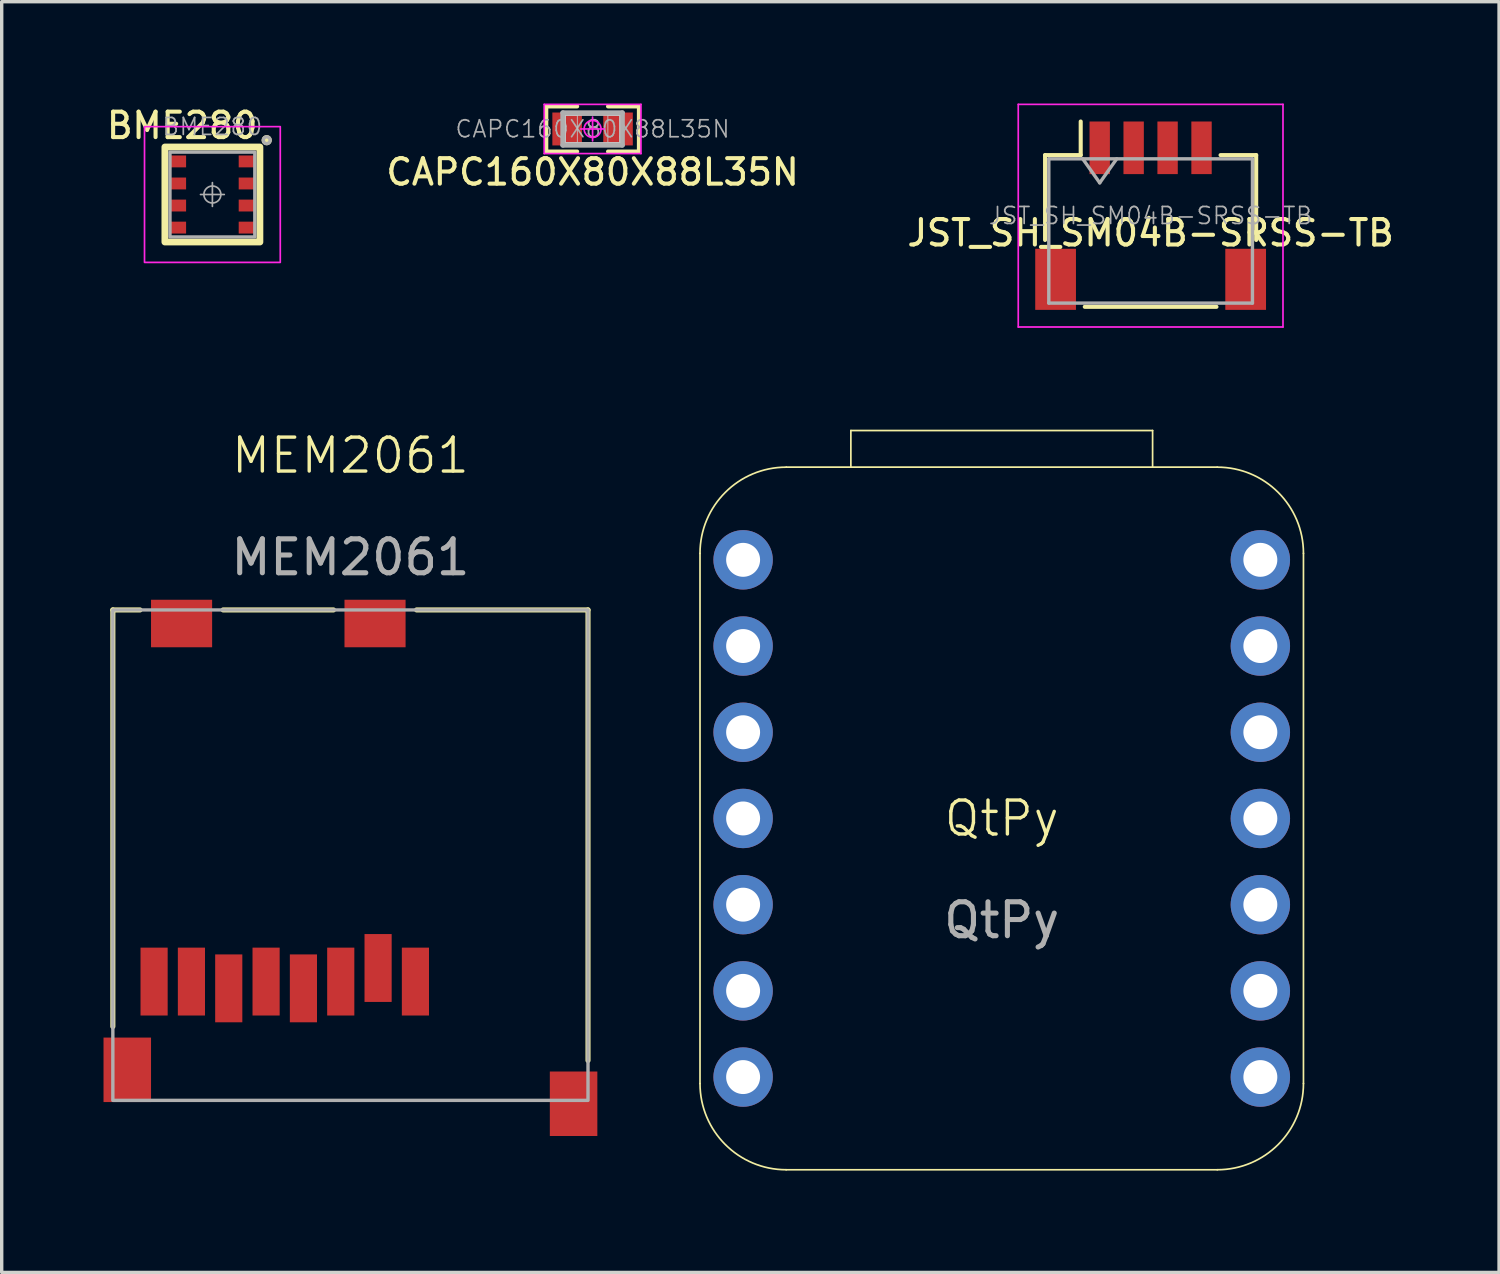
<source format=kicad_pcb>
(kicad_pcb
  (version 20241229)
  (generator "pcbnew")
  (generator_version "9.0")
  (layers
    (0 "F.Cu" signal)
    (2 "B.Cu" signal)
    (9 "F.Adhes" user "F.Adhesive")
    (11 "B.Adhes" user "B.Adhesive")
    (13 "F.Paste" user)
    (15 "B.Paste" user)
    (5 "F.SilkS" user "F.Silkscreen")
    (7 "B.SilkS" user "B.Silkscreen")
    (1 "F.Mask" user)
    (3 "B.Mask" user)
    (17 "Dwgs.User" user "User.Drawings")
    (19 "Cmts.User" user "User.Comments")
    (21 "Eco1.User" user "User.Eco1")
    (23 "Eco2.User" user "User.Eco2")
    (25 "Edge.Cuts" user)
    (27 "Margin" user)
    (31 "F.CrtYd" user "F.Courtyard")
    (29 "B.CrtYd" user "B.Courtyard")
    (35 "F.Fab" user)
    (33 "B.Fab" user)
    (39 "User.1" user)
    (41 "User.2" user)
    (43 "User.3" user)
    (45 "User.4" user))
  (footprint "BME280"
    (layer "F.Cu")
    (at 3.208 2.681)
    (property "Reference" "BME280" (at -0.889 -2.032 0) (unlocked yes) (layer "F.SilkS") (effects (font (size 0.75 0.75) (thickness 0.12))))
    (attr smd)
    (fp_rect (start -1.4 -1.4) (end 1.4 1.4) (stroke (width 0.2) (type default)) (fill no) (layer "F.SilkS"))
    (fp_circle (center 1.6 -1.6) (end 1.7 -1.6) (stroke (width 0.1) (type solid)) (fill yes) (layer "F.SilkS"))
    (fp_rect (start -2 -2) (end 2 2) (stroke (width 0.05) (type default)) (fill no) (layer "F.CrtYd"))
    (fp_line (start 0 -0.35) (end 0 0.35) (stroke (width 0.05) (type solid)) (layer "F.Fab"))
    (fp_line (start 0.35 0) (end -0.35 0) (stroke (width 0.05) (type solid)) (layer "F.Fab"))
    (fp_rect (start -1.25 -1.25) (end 1.25 1.25) (stroke (width 0.1) (type default)) (fill no) (layer "F.Fab"))
    (fp_circle (center 0 0) (end 0.25 0) (stroke (width 0.05) (type solid)) (fill no) (layer "F.Fab"))
    (fp_circle (center 1.6 -1.6) (end 1.7 -1.6) (stroke (width 0.1) (type solid)) (fill no) (layer "F.Fab"))
    (fp_text user "${REFERENCE}" (at 0 -2 0) (unlocked yes) (layer "F.Fab") (effects (font (size 0.5 0.5) (thickness 0.05))))
    (pad "1" smd rect (at 1.025 -0.975) (size 0.5 0.35) (layers "F.Cu" "F.Mask" "F.Paste"))
    (pad "2" smd rect (at 1.025 -0.325) (size 0.5 0.35) (layers "F.Cu" "F.Mask" "F.Paste"))
    (pad "3" smd rect (at 1.025 0.325) (size 0.5 0.35) (layers "F.Cu" "F.Mask" "F.Paste"))
    (pad "4" smd rect (at 1.025 0.975) (size 0.5 0.35) (layers "F.Cu" "F.Mask" "F.Paste"))
    (pad "5" smd rect (at -1.025 0.975) (size 0.5 0.35) (layers "F.Cu" "F.Mask" "F.Paste"))
    (pad "6" smd rect (at -1.025 0.325) (size 0.5 0.35) (layers "F.Cu" "F.Mask" "F.Paste"))
    (pad "7" smd rect (at -1.025 -0.325) (size 0.5 0.35) (layers "F.Cu" "F.Mask" "F.Paste"))
    (pad "8" smd rect (at -1.025 -0.975) (size 0.5 0.35) (layers "F.Cu" "F.Mask" "F.Paste")))
  (footprint "QtPy"
    (layer "F.Cu")
    (at 26.465 21.065)
    (property "Reference" "QtPy" (at 0 0 0) (unlocked yes) (layer "F.SilkS") (effects (font (size 1 1) (thickness 0.1))))
    (attr through_hole)
    (fp_line (start -8.89 7.811) (end -8.89 -7.811) (stroke (width 0.05) (type solid)) (layer "F.SilkS"))
    (fp_line (start -6.35 -10.351) (end 6.35 -10.351) (stroke (width 0.05) (type solid)) (layer "F.SilkS"))
    (fp_line (start -4.445 -10.351) (end -4.445 -11.43) (stroke (width 0.05) (type solid)) (layer "F.SilkS"))
    (fp_line (start 4.445 -11.43) (end -4.445 -11.43) (stroke (width 0.05) (type solid)) (layer "F.SilkS"))
    (fp_line (start 4.445 -10.351) (end 4.445 -11.43) (stroke (width 0.05) (type solid)) (layer "F.SilkS"))
    (fp_line (start 6.35 10.351) (end -6.35 10.351) (stroke (width 0.05) (type solid)) (layer "F.SilkS"))
    (fp_line (start 8.89 -7.811) (end 8.89 7.811) (stroke (width 0.05) (type solid)) (layer "F.SilkS"))
    (fp_arc (start -8.89 -7.8105) (mid -8.146051 -9.606551) (end -6.35 -10.3505) (stroke (width 0.05) (type solid)) (layer "F.SilkS"))
    (fp_arc (start -6.35 10.3505) (mid -8.146051 9.606551) (end -8.89 7.8105) (stroke (width 0.05) (type solid)) (layer "F.SilkS"))
    (fp_arc (start 6.35 -10.3505) (mid 8.146051 -9.606551) (end 8.89 -7.8105) (stroke (width 0.05) (type solid)) (layer "F.SilkS"))
    (fp_arc (start 8.89 7.8105) (mid 8.146051 9.606551) (end 6.35 10.3505) (stroke (width 0.05) (type solid)) (layer "F.SilkS"))
    (fp_text user "${REFERENCE}" (at 0 3 0) (unlocked yes) (layer "F.Fab") (effects (font (size 1 1) (thickness 0.15))))
    (pad "1" thru_hole circle (at -7.62 -7.62) (size 1.75 1.75) (drill 1) (layers "*.Cu" "*.Mask"))
    (pad "2" thru_hole circle (at -7.62 -5.08) (size 1.75 1.75) (drill 1) (layers "*.Cu" "*.Mask"))
    (pad "3" thru_hole circle (at -7.62 -2.54) (size 1.75 1.75) (drill 1) (layers "*.Cu" "*.Mask"))
    (pad "4" thru_hole circle (at -7.62 0) (size 1.75 1.75) (drill 1) (layers "*.Cu" "*.Mask"))
    (pad "5" thru_hole circle (at -7.62 2.54) (size 1.75 1.75) (drill 1) (layers "*.Cu" "*.Mask"))
    (pad "6" thru_hole circle (at -7.62 5.08) (size 1.75 1.75) (drill 1) (layers "*.Cu" "*.Mask"))
    (pad "7" thru_hole circle (at -7.62 7.62) (size 1.75 1.75) (drill 1) (layers "*.Cu" "*.Mask"))
    (pad "8" thru_hole circle (at 7.62 7.62) (size 1.75 1.75) (drill 1) (layers "*.Cu" "*.Mask"))
    (pad "9" thru_hole circle (at 7.62 5.08) (size 1.75 1.75) (drill 1) (layers "*.Cu" "*.Mask"))
    (pad "10" thru_hole circle (at 7.62 2.54) (size 1.75 1.75) (drill 1) (layers "*.Cu" "*.Mask"))
    (pad "11" thru_hole circle (at 7.62 0) (size 1.75 1.75) (drill 1) (layers "*.Cu" "*.Mask"))
    (pad "12" thru_hole circle (at 7.62 -2.54) (size 1.75 1.75) (drill 1) (layers "*.Cu" "*.Mask"))
    (pad "13" thru_hole circle (at 7.62 -5.08) (size 1.75 1.75) (drill 1) (layers "*.Cu" "*.Mask"))
    (pad "14" thru_hole circle (at 7.62 -7.62) (size 1.75 1.75) (drill 1) (layers "*.Cu" "*.Mask")))
  (footprint "MEM2061"
    (layer "F.Cu")
    (at 7.275 28.471)
    (property "Reference" "MEM2061" (at 0 -18.1 0) (unlocked yes) (layer "F.SilkS") (effects (font (size 1 1) (thickness 0.1))))
    (attr smd)
    (fp_line (start -7 -13.55) (end -7 -1.275) (stroke (width 0.15) (type default)) (layer "F.SilkS"))
    (fp_line (start -7 -13.55) (end -6.2 -13.55) (stroke (width 0.15) (type default)) (layer "F.SilkS"))
    (fp_line (start -0.5 -13.55) (end -3.75 -13.55) (stroke (width 0.15) (type default)) (layer "F.SilkS"))
    (fp_line (start 7 -13.55) (end 1.95 -13.55) (stroke (width 0.15) (type default)) (layer "F.SilkS"))
    (fp_line (start 7 -0.275) (end 7 -13.55) (stroke (width 0.15) (type default)) (layer "F.SilkS"))
    (fp_rect (start -7 -13.55) (end 7 0.9) (stroke (width 0.1) (type default)) (fill no) (layer "F.Fab"))
    (fp_text user "${REFERENCE}" (at 0 -15.1 0) (unlocked yes) (layer "F.Fab") (effects (font (size 1 1) (thickness 0.15))))
    (pad "1" smd rect (at 1.915 -2.6) (size 0.8 2) (layers "F.Cu" "F.Mask" "F.Paste"))
    (pad "2" smd rect (at 0.815 -3) (size 0.8 2) (layers "F.Cu" "F.Mask" "F.Paste"))
    (pad "3" smd rect (at -0.285 -2.6) (size 0.8 2) (layers "F.Cu" "F.Mask" "F.Paste"))
    (pad "4" smd rect (at -1.385 -2.4) (size 0.8 2) (layers "F.Cu" "F.Mask" "F.Paste"))
    (pad "5" smd rect (at -2.485 -2.6) (size 0.8 2) (layers "F.Cu" "F.Mask" "F.Paste"))
    (pad "6" smd rect (at -3.585 -2.4) (size 0.8 2) (layers "F.Cu" "F.Mask" "F.Paste"))
    (pad "7" smd rect (at -4.685 -2.6) (size 0.8 2) (layers "F.Cu" "F.Mask" "F.Paste"))
    (pad "8" smd rect (at -5.785 -2.6) (size 0.8 2) (layers "F.Cu" "F.Mask" "F.Paste"))
    (pad "9" smd rect (at -4.975 -13.15) (size 1.8 1.4) (layers "F.Cu" "F.Mask" "F.Paste"))
    (pad "9" smd rect (at 0.725 -13.15) (size 1.8 1.4) (layers "F.Cu" "F.Mask" "F.Paste"))
    (pad "10" smd rect (at -6.575 0) (size 1.4 1.9) (layers "F.Cu" "F.Mask" "F.Paste"))
    (pad "10" smd rect (at 6.575 1) (size 1.4 1.9) (layers "F.Cu" "F.Mask" "F.Paste"))
    (zone (net_name "") (layers "F.Cu" "F.CrtYd") (hatch edge 0.5) (connect_pads) (min_thickness 0.25) (filled_areas_thickness no) (keepout (tracks not_allowed) (vias not_allowed) (pads not_allowed) (copperpour allowed) (footprints allowed)) (placement (enabled no)) (fill) (polygon (pts (xy 10.62 17.471) (xy 10.62 19.55) (xy 0.25 19.55) (xy 0.25 17.471)))))
  (footprint "CAPC160X80X88L35N"
    (layer "F.Cu")
    (at 14.41 0.75)
    (property "Reference" "CAPC160X80X88L35N" (at 0 1.27 0) (layer "F.SilkS") (effects (font (size 0.75 0.75) (thickness 0.12))))
    (attr smd)
    (fp_line (start -1.365 -0.665) (end -0.455 -0.665) (stroke (width 0.12) (type solid)) (layer "F.SilkS"))
    (fp_line (start -1.365 0.665) (end -1.365 -0.665) (stroke (width 0.12) (type solid)) (layer "F.SilkS"))
    (fp_line (start -0.455 0.665) (end -1.365 0.665) (stroke (width 0.12) (type solid)) (layer "F.SilkS"))
    (fp_line (start 0.455 0.665) (end 1.365 0.665) (stroke (width 0.12) (type solid)) (layer "F.SilkS"))
    (fp_line (start 1.365 -0.665) (end 0.455 -0.665) (stroke (width 0.12) (type solid)) (layer "F.SilkS"))
    (fp_line (start 1.365 0.665) (end 1.365 -0.665) (stroke (width 0.12) (type solid)) (layer "F.SilkS"))
    (fp_line (start -0.8 -0.4) (end -0.45 -0.4) (stroke (width 0.025) (type solid)) (layer "Dwgs.User"))
    (fp_line (start -0.8 -0.4) (end 0.8 -0.4) (stroke (width 0.025) (type solid)) (layer "Dwgs.User"))
    (fp_line (start -0.8 0.4) (end -0.8 -0.4) (stroke (width 0.025) (type solid)) (layer "Dwgs.User"))
    (fp_line (start -0.8 0.4) (end -0.8 -0.4) (stroke (width 0.025) (type solid)) (layer "Dwgs.User"))
    (fp_line (start -0.45 -0.4) (end -0.45 0.4) (stroke (width 0.025) (type solid)) (layer "Dwgs.User"))
    (fp_line (start -0.45 0.4) (end -0.8 0.4) (stroke (width 0.025) (type solid)) (layer "Dwgs.User"))
    (fp_line (start 0.45 -0.4) (end 0.8 -0.4) (stroke (width 0.025) (type solid)) (layer "Dwgs.User"))
    (fp_line (start 0.45 0.4) (end 0.45 -0.4) (stroke (width 0.025) (type solid)) (layer "Dwgs.User"))
    (fp_line (start 0.8 -0.4) (end 0.8 0.4) (stroke (width 0.025) (type solid)) (layer "Dwgs.User"))
    (fp_line (start 0.8 -0.4) (end 0.8 0.4) (stroke (width 0.025) (type solid)) (layer "Dwgs.User"))
    (fp_line (start 0.8 0.4) (end -0.8 0.4) (stroke (width 0.025) (type solid)) (layer "Dwgs.User"))
    (fp_line (start 0.8 0.4) (end 0.45 0.4) (stroke (width 0.025) (type solid)) (layer "Dwgs.User"))
    (fp_line (start -1.425 -0.725) (end 1.425 -0.725) (stroke (width 0.05) (type solid)) (layer "F.CrtYd"))
    (fp_line (start -1.425 0.725) (end -1.425 -0.725) (stroke (width 0.05) (type solid)) (layer "F.CrtYd"))
    (fp_line (start 0 -0.35) (end 0 0.35) (stroke (width 0.05) (type solid)) (layer "F.CrtYd"))
    (fp_line (start 0.35 0) (end -0.35 0) (stroke (width 0.05) (type solid)) (layer "F.CrtYd"))
    (fp_line (start 1.425 -0.725) (end 1.425 0.725) (stroke (width 0.05) (type solid)) (layer "F.CrtYd"))
    (fp_line (start 1.425 0.725) (end -1.425 0.725) (stroke (width 0.05) (type solid)) (layer "F.CrtYd"))
    (fp_circle (center 0 0) (end 0 0.25) (stroke (width 0.05) (type solid)) (fill no) (layer "F.CrtYd"))
    (fp_line (start -0.875 -0.475) (end 0.875 -0.475) (stroke (width 0.15) (type solid)) (layer "F.Fab"))
    (fp_line (start -0.875 0.475) (end -0.875 -0.475) (stroke (width 0.15) (type solid)) (layer "F.Fab"))
    (fp_line (start 0.875 -0.475) (end 0.875 0.475) (stroke (width 0.15) (type solid)) (layer "F.Fab"))
    (fp_line (start 0.875 0.475) (end -0.875 0.475) (stroke (width 0.15) (type solid)) (layer "F.Fab"))
    (fp_text user "${REFERENCE}" (at 0 0 0) (layer "F.Fab") (effects (font (size 0.5 0.5) (thickness 0.05))))
    (pad "1" smd rect (at -0.75 0) (size 0.871 0.97) (layers "F.Cu" "F.Mask" "F.Paste"))
    (pad "2" smd rect (at 0.75 0) (size 0.871 0.97) (layers "F.Cu" "F.Mask" "F.Paste")))
  (footprint "JST_SH_SM04B-SRSS-TB"
    (layer "F.Cu")
    (at 30.852 3.305)
    (property "Reference" "JST_SH_SM04B-SRSS-TB" (at 0 0.508 0) (unlocked yes) (layer "F.SilkS") (effects (font (size 0.75 0.75) (thickness 0.12))))
    (attr smd)
    (fp_line (start -3.11 -1.785) (end -2.06 -1.785) (stroke (width 0.12) (type solid)) (layer "F.SilkS"))
    (fp_line (start -3.11 0.715) (end -3.11 -1.785) (stroke (width 0.12) (type solid)) (layer "F.SilkS"))
    (fp_line (start -2.06 -1.785) (end -2.06 -2.775) (stroke (width 0.12) (type solid)) (layer "F.SilkS"))
    (fp_line (start -1.94 2.685) (end 1.94 2.685) (stroke (width 0.12) (type solid)) (layer "F.SilkS"))
    (fp_line (start 3.11 -1.785) (end 2.06 -1.785) (stroke (width 0.12) (type solid)) (layer "F.SilkS"))
    (fp_line (start 3.11 0.715) (end 3.11 -1.785) (stroke (width 0.12) (type solid)) (layer "F.SilkS"))
    (fp_line (start -3.9 -3.28) (end -3.9 3.28) (stroke (width 0.05) (type solid)) (layer "F.CrtYd"))
    (fp_line (start -3.9 3.28) (end 3.9 3.28) (stroke (width 0.05) (type solid)) (layer "F.CrtYd"))
    (fp_line (start 3.9 -3.28) (end -3.9 -3.28) (stroke (width 0.05) (type solid)) (layer "F.CrtYd"))
    (fp_line (start 3.9 3.28) (end 3.9 -3.28) (stroke (width 0.05) (type solid)) (layer "F.CrtYd"))
    (fp_line (start -3 -1.675) (end -3 2.575) (stroke (width 0.1) (type solid)) (layer "F.Fab"))
    (fp_line (start -3 -1.675) (end 3 -1.675) (stroke (width 0.1) (type solid)) (layer "F.Fab"))
    (fp_line (start -3 2.575) (end 3 2.575) (stroke (width 0.1) (type solid)) (layer "F.Fab"))
    (fp_line (start -2 -1.675) (end -1.5 -0.968) (stroke (width 0.1) (type solid)) (layer "F.Fab"))
    (fp_line (start -1.5 -0.968) (end -1 -1.675) (stroke (width 0.1) (type solid)) (layer "F.Fab"))
    (fp_line (start 3 -1.675) (end 3 2.575) (stroke (width 0.1) (type solid)) (layer "F.Fab"))
    (fp_text user "${REFERENCE}" (at 0 0 180) (layer "F.Fab") (effects (font (size 0.5 0.5) (thickness 0.05))))
    (pad "" smd rect (at -2.8 1.875) (size 1.2 1.8) (layers "F.Cu" "F.Mask" "F.Paste"))
    (pad "" smd rect (at 2.8 1.875) (size 1.2 1.8) (layers "F.Cu" "F.Mask" "F.Paste"))
    (pad "1" smd rect (at -1.5 -2) (size 0.6 1.55) (layers "F.Cu" "F.Mask" "F.Paste"))
    (pad "2" smd rect (at -0.5 -2) (size 0.6 1.55) (layers "F.Cu" "F.Mask" "F.Paste"))
    (pad "3" smd rect (at 0.5 -2) (size 0.6 1.55) (layers "F.Cu" "F.Mask" "F.Paste"))
    (pad "4" smd rect (at 1.5 -2) (size 0.6 1.55) (layers "F.Cu" "F.Mask" "F.Paste")))
  (gr_rect
    (start -3 -3)
    (end 41.118 34.441)
    (stroke (width 0.1) (type default))
    (fill no)
    (layer "Edge.Cuts")))
</source>
